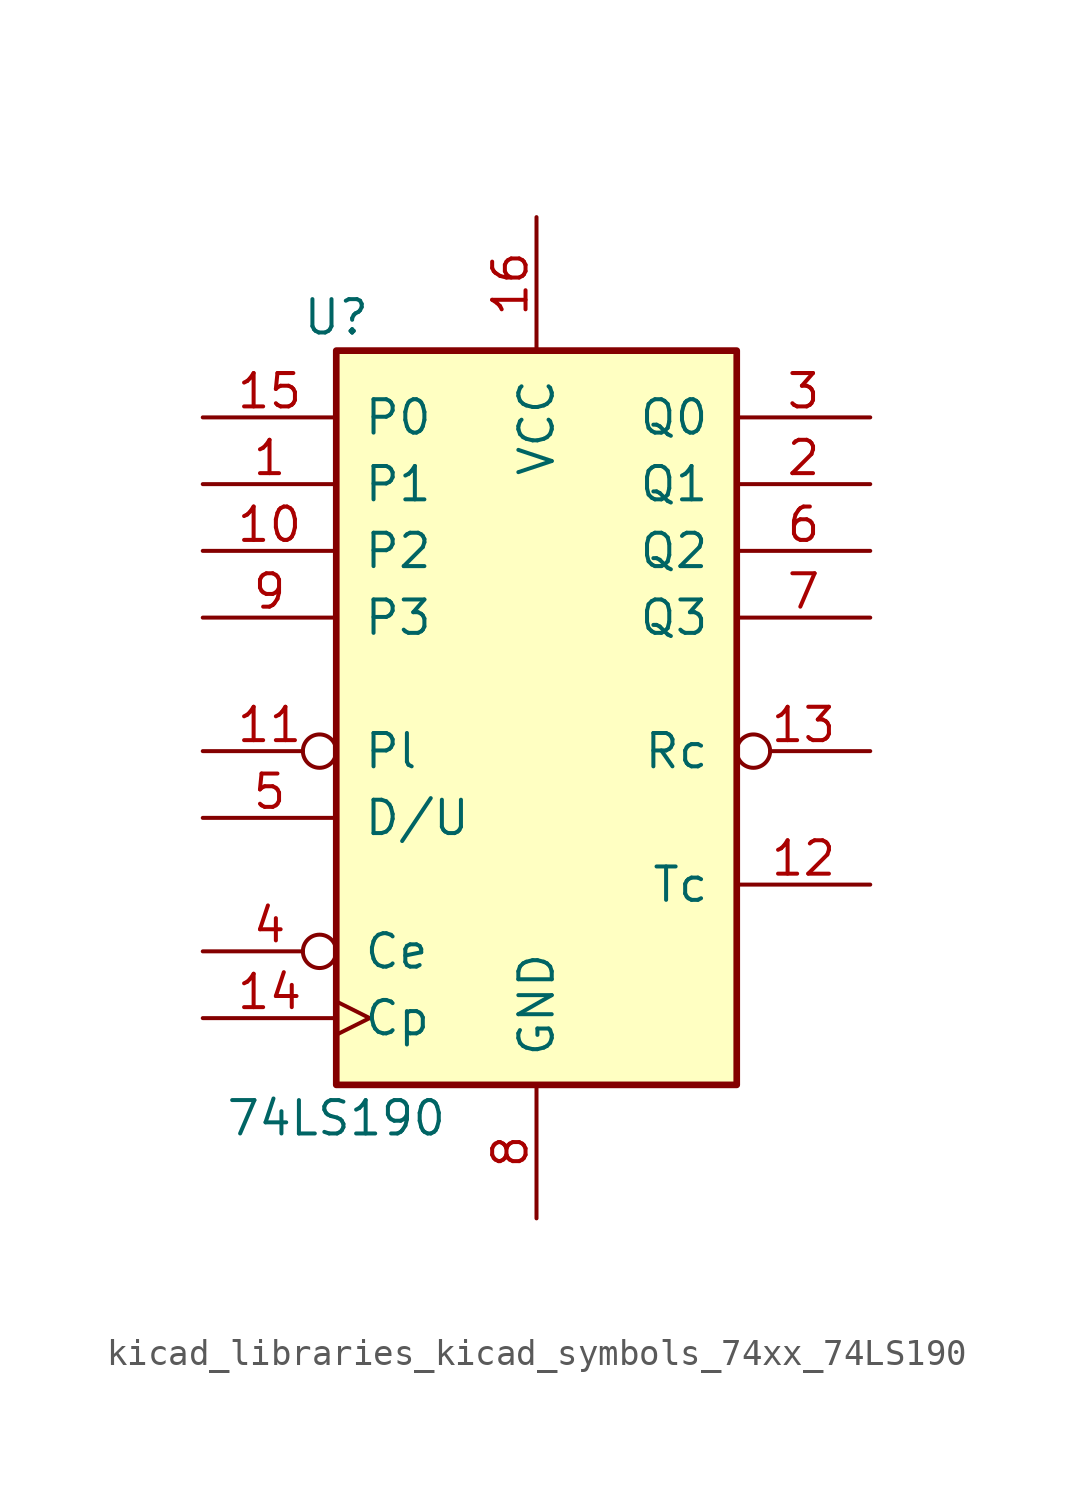
<source format=kicad_sym>
(kicad_symbol_lib
  (version 20220914)
  (generator kicad_symbol_editor)
  (symbol "kicad_libraries_kicad_symbols_74xx_74LS190"
    (pin_names
      (offset 1.016))
    (property "Reference" "U"
      (at -7.62 13.97 0)
      (effects (font (size 1.27 1.27))))
    (property "Value" "74LS190"
      (at -7.62 -16.51 0)
      (effects (font (size 1.27 1.27))))
    (property "ki_locked" ""
      (at 0 0 0)
      (effects (font (size 1.27 1.27))))
    (symbol "kicad_libraries_kicad_symbols_74xx_74LS190_1_0"
      (pin input line (at -12.7 7.62 0) (length 5.08) (name "P1" (effects (font (size 1.27 1.27)))) (number "1" (effects (font (size 1.27 1.27)))))
      (pin input line (at -12.7 5.08 0) (length 5.08) (name "P2" (effects (font (size 1.27 1.27)))) (number "10" (effects (font (size 1.27 1.27)))))
      (pin input inverted (at -12.7 -2.54 0) (length 5.08) (name "Pl" (effects (font (size 1.27 1.27)))) (number "11" (effects (font (size 1.27 1.27)))))
      (pin output line (at 12.7 -7.62 180) (length 5.08) (name "Tc" (effects (font (size 1.27 1.27)))) (number "12" (effects (font (size 1.27 1.27)))))
      (pin output inverted (at 12.7 -2.54 180) (length 5.08) (name "Rc" (effects (font (size 1.27 1.27)))) (number "13" (effects (font (size 1.27 1.27)))))
      (pin input clock (at -12.7 -12.7 0) (length 5.08) (name "Cp" (effects (font (size 1.27 1.27)))) (number "14" (effects (font (size 1.27 1.27)))))
      (pin input line (at -12.7 10.16 0) (length 5.08) (name "P0" (effects (font (size 1.27 1.27)))) (number "15" (effects (font (size 1.27 1.27)))))
      (pin power_in line (at 0 17.78 270) (length 5.08) (name "VCC" (effects (font (size 1.27 1.27)))) (number "16" (effects (font (size 1.27 1.27)))))
      (pin output line (at 12.7 7.62 180) (length 5.08) (name "Q1" (effects (font (size 1.27 1.27)))) (number "2" (effects (font (size 1.27 1.27)))))
      (pin output line (at 12.7 10.16 180) (length 5.08) (name "Q0" (effects (font (size 1.27 1.27)))) (number "3" (effects (font (size 1.27 1.27)))))
      (pin input inverted (at -12.7 -10.16 0) (length 5.08) (name "Ce" (effects (font (size 1.27 1.27)))) (number "4" (effects (font (size 1.27 1.27)))))
      (pin input line (at -12.7 -5.08 0) (length 5.08) (name "D/U" (effects (font (size 1.27 1.27)))) (number "5" (effects (font (size 1.27 1.27)))))
      (pin output line (at 12.7 5.08 180) (length 5.08) (name "Q2" (effects (font (size 1.27 1.27)))) (number "6" (effects (font (size 1.27 1.27)))))
      (pin output line (at 12.7 2.54 180) (length 5.08) (name "Q3" (effects (font (size 1.27 1.27)))) (number "7" (effects (font (size 1.27 1.27)))))
      (pin power_in line (at 0 -20.32 90) (length 5.08) (name "GND" (effects (font (size 1.27 1.27)))) (number "8" (effects (font (size 1.27 1.27)))))
      (pin input line (at -12.7 2.54 0) (length 5.08) (name "P3" (effects (font (size 1.27 1.27)))) (number "9" (effects (font (size 1.27 1.27))))))
    (symbol "kicad_libraries_kicad_symbols_74xx_74LS190_1_1"
      (rectangle (start -7.62 12.7) (end 7.62 -15.24) (stroke (width 0.254) (type default)) (fill (type background))))))
</source>
